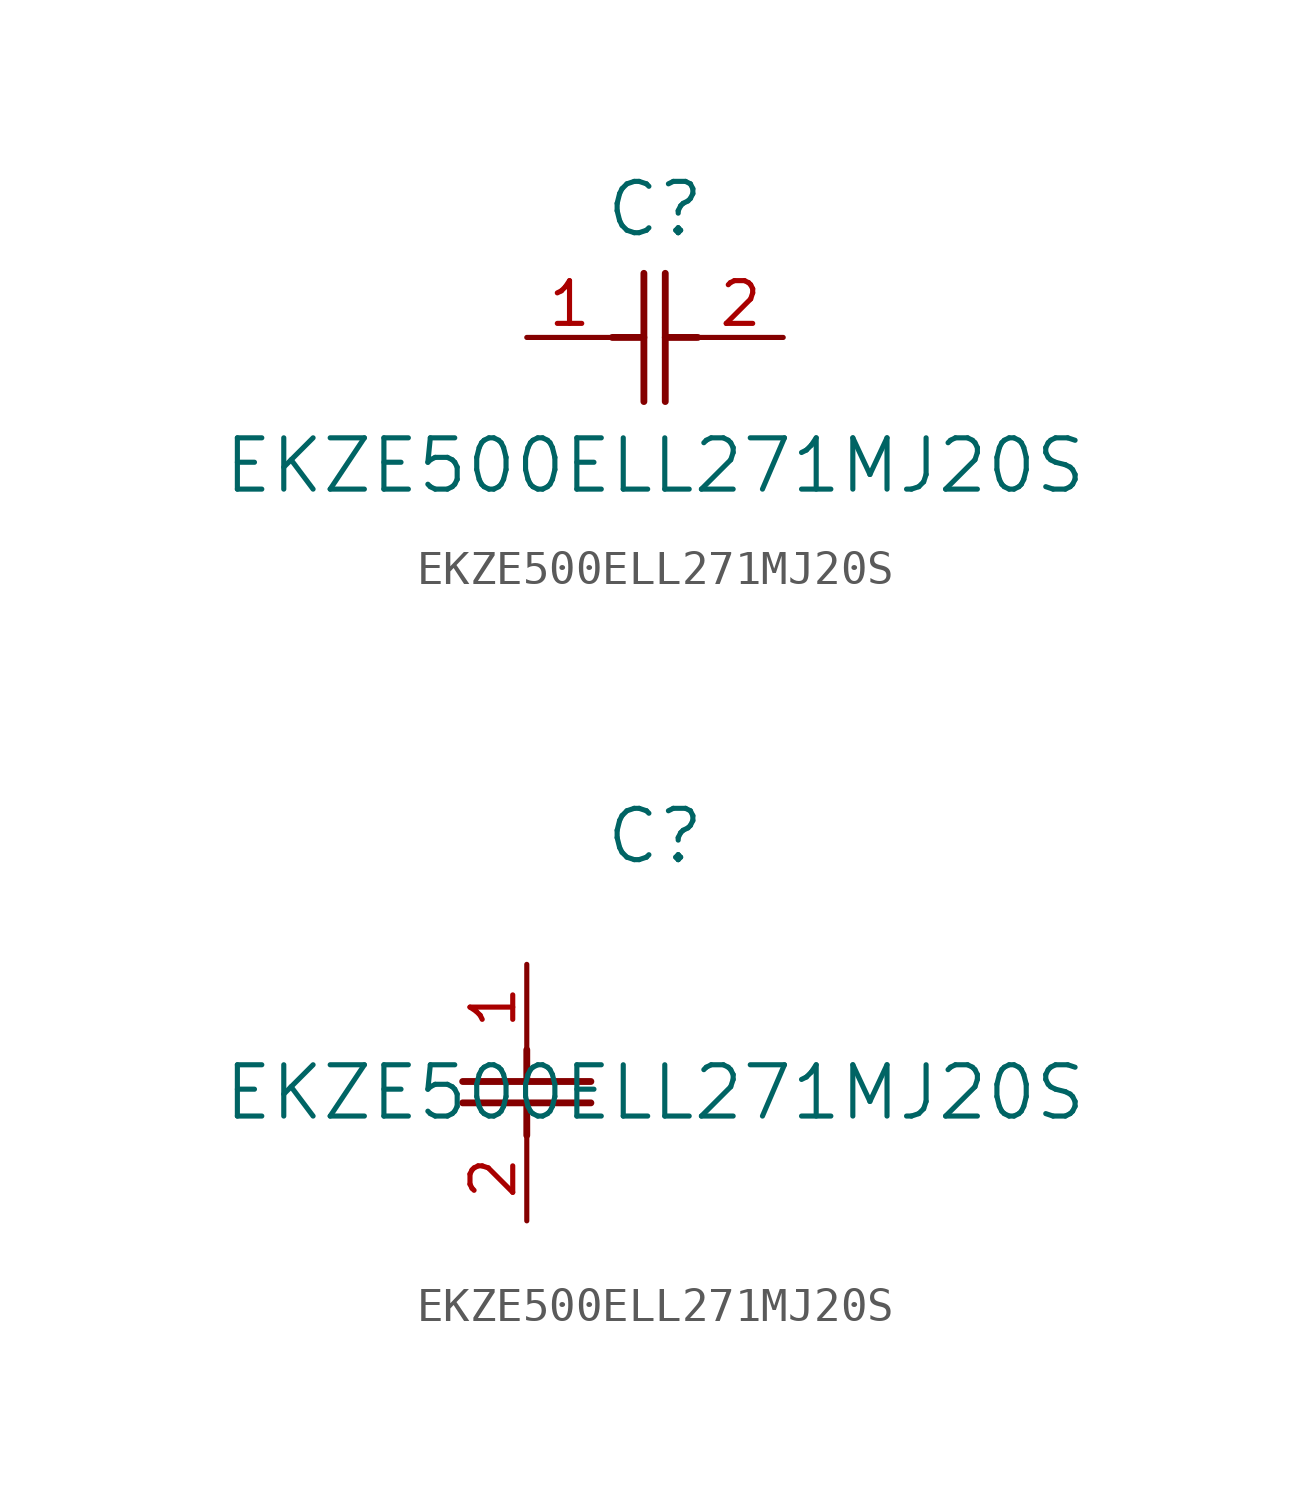
<source format=kicad_sym>
(kicad_symbol_lib
  (version 20211014)
  (generator kicad_symbol_editor)
  (symbol "EKZE500ELL271MJ20S"
    (pin_names
      (offset 0.254))
    (property "Reference" "C"
      (at 3.81 3.81 0)
      (effects (font (size 1.524 1.524))))
    (property "Value" "EKZE500ELL271MJ20S"
      (at 3.81 -3.81 0)
      (effects (font (size 1.524 1.524))))
    (symbol "EKZE500ELL271MJ20S_1_1"
      (polyline (pts (xy 3.48 -1.905) (xy 3.48 1.905)) (stroke (width 0.203) (type default) (color 0 0 0 0)) (fill (type none)))
      (polyline (pts (xy 4.115 -1.905) (xy 4.115 1.905)) (stroke (width 0.203) (type default) (color 0 0 0 0)) (fill (type none)))
      (polyline (pts (xy 4.115 0) (xy 5.08 0)) (stroke (width 0.203) (type default) (color 0 0 0 0)) (fill (type none)))
      (polyline (pts (xy 2.54 0) (xy 3.48 0)) (stroke (width 0.203) (type default) (color 0 0 0 0)) (fill (type none)))
      (pin unspecified line (at 0 0 0) (length 2.54) (name "" (effects (font (size 1.27 1.27)))) (number "1" (effects (font (size 1.27 1.27)))))
      (pin unspecified line (at 7.62 0 180) (length 2.54) (name "" (effects (font (size 1.27 1.27)))) (number "2" (effects (font (size 1.27 1.27))))))
    (symbol "EKZE500ELL271MJ20S_1_2"
      (polyline (pts (xy -1.905 -3.48) (xy 1.905 -3.48)) (stroke (width 0.203) (type default) (color 0 0 0 0)) (fill (type none)))
      (polyline (pts (xy -1.905 -4.115) (xy 1.905 -4.115)) (stroke (width 0.203) (type default) (color 0 0 0 0)) (fill (type none)))
      (polyline (pts (xy 0 -4.115) (xy 0 -5.08)) (stroke (width 0.203) (type default) (color 0 0 0 0)) (fill (type none)))
      (polyline (pts (xy 0 -2.54) (xy 0 -3.48)) (stroke (width 0.203) (type default) (color 0 0 0 0)) (fill (type none)))
      (pin unspecified line (at 0 0 270) (length 2.54) (name "" (effects (font (size 1.27 1.27)))) (number "1" (effects (font (size 1.27 1.27)))))
      (pin unspecified line (at 0 -7.62 90) (length 2.54) (name "" (effects (font (size 1.27 1.27)))) (number "2" (effects (font (size 1.27 1.27))))))))
</source>
